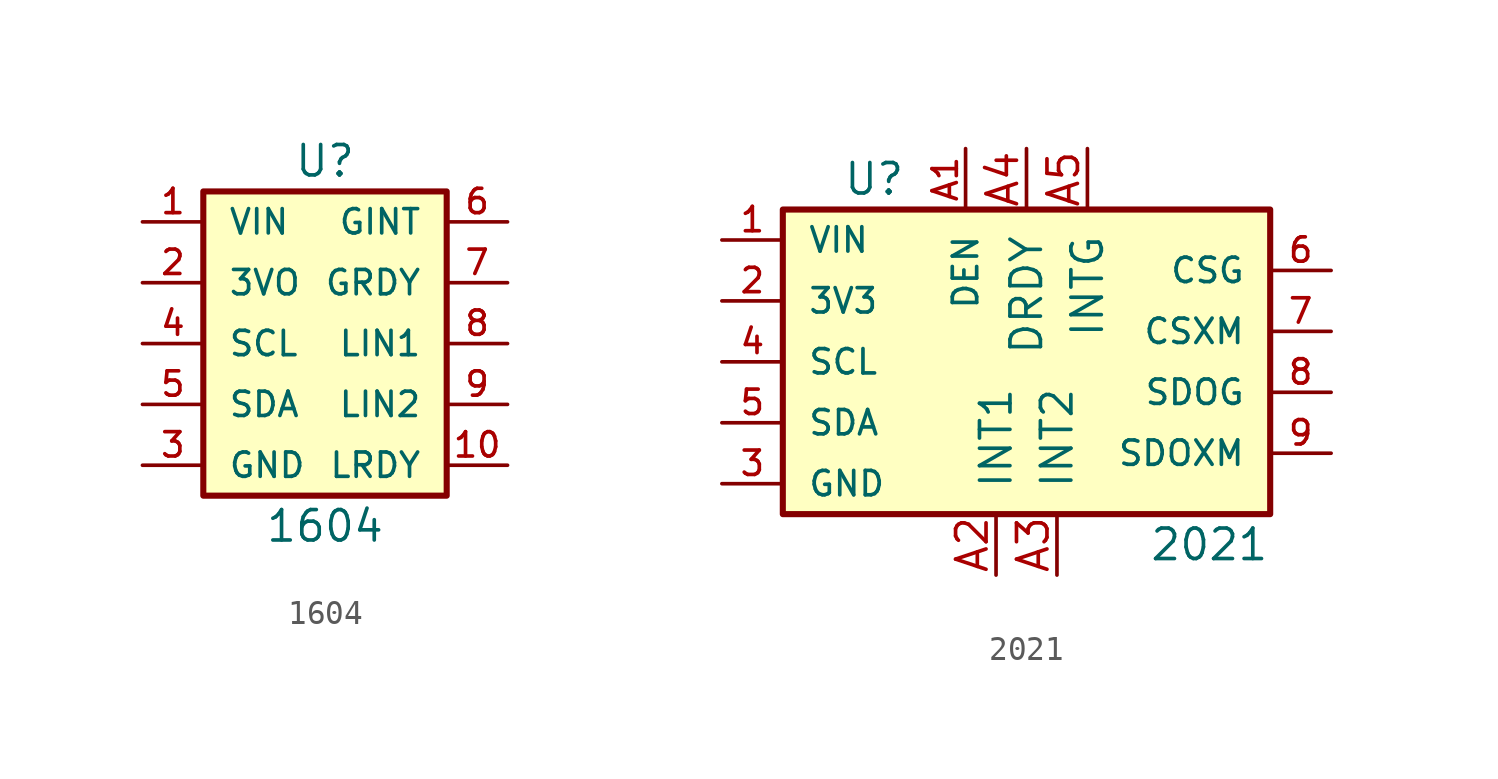
<source format=kicad_sym>
(kicad_symbol_lib
  (version 20220914)
  (generator kicad_symbol_editor)
  (symbol "1604"
    (pin_names
      (offset 1.016))
    (property "Reference" "U"
      (at 0 7.62 0)
      (effects (font (size 1.27 1.27))))
    (property "Value" "1604"
      (at 0 -7.62 0)
      (effects (font (size 1.27 1.27))))
    (symbol "1604_0_0"
      (rectangle (start -5.08 6.35) (end 5.08 -6.35) (stroke (width 0.254) (type default)) (fill (type background)))
      (pin power_in line (at -7.62 5.08 0) (length 2.54) (name "VIN" (effects (font (size 1.016 1.016)))) (number "1" (effects (font (size 1.016 1.016)))))
      (pin output line (at 7.62 -5.08 180) (length 2.54) (name "LRDY" (effects (font (size 1.016 1.016)))) (number "10" (effects (font (size 1.016 1.016)))))
      (pin power_in line (at -7.62 2.54 0) (length 2.54) (name "3VO" (effects (font (size 1.016 1.016)))) (number "2" (effects (font (size 1.016 1.016)))))
      (pin power_in line (at -7.62 -5.08 0) (length 2.54) (name "GND" (effects (font (size 1.016 1.016)))) (number "3" (effects (font (size 1.016 1.016)))))
      (pin bidirectional line (at -7.62 0 0) (length 2.54) (name "SCL" (effects (font (size 1.016 1.016)))) (number "4" (effects (font (size 1.016 1.016)))))
      (pin bidirectional line (at -7.62 -2.54 0) (length 2.54) (name "SDA" (effects (font (size 1.016 1.016)))) (number "5" (effects (font (size 1.016 1.016)))))
      (pin output line (at 7.62 5.08 180) (length 2.54) (name "GINT" (effects (font (size 1.016 1.016)))) (number "6" (effects (font (size 1.016 1.016)))))
      (pin output line (at 7.62 2.54 180) (length 2.54) (name "GRDY" (effects (font (size 1.016 1.016)))) (number "7" (effects (font (size 1.016 1.016)))))
      (pin output line (at 7.62 0 180) (length 2.54) (name "LIN1" (effects (font (size 1.016 1.016)))) (number "8" (effects (font (size 1.016 1.016)))))
      (pin output line (at 7.62 -2.54 180) (length 2.54) (name "LIN2" (effects (font (size 1.016 1.016)))) (number "9" (effects (font (size 1.016 1.016)))))))
  (symbol "2021"
    (pin_names
      (offset 1.016))
    (property "Reference" "U"
      (at -6.35 7.62 0)
      (effects (font (size 1.27 1.27))))
    (property "Value" "2021"
      (at 7.62 -7.62 0)
      (effects (font (size 1.27 1.27))))
    (symbol "2021_0_0"
      (rectangle (start -10.16 6.35) (end 10.16 -6.35) (stroke (width 0.254) (type default)) (fill (type background)))
      (pin power_in line (at -12.7 5.08 0) (length 2.54) (name "VIN" (effects (font (size 1.016 1.016)))) (number "1" (effects (font (size 1.016 1.016)))))
      (pin power_in line (at -12.7 2.54 0) (length 2.54) (name "3V3" (effects (font (size 1.016 1.016)))) (number "2" (effects (font (size 1.016 1.016)))))
      (pin power_in line (at -12.7 -5.08 0) (length 2.54) (name "GND" (effects (font (size 1.016 1.016)))) (number "3" (effects (font (size 1.016 1.016)))))
      (pin bidirectional line (at -12.7 0 0) (length 2.54) (name "SCL" (effects (font (size 1.016 1.016)))) (number "4" (effects (font (size 1.016 1.016)))))
      (pin bidirectional line (at -12.7 -2.54 0) (length 2.54) (name "SDA" (effects (font (size 1.016 1.016)))) (number "5" (effects (font (size 1.016 1.016)))))
      (pin bidirectional line (at 12.7 3.81 180) (length 2.54) (name "CSG" (effects (font (size 1.016 1.016)))) (number "6" (effects (font (size 1.016 1.016)))))
      (pin bidirectional line (at 12.7 1.27 180) (length 2.54) (name "CSXM" (effects (font (size 1.016 1.016)))) (number "7" (effects (font (size 1.016 1.016)))))
      (pin bidirectional line (at 12.7 -1.27 180) (length 2.54) (name "SDOG" (effects (font (size 1.016 1.016)))) (number "8" (effects (font (size 1.016 1.016)))))
      (pin bidirectional line (at 12.7 -3.81 180) (length 2.54) (name "SDOXM" (effects (font (size 1.016 1.016)))) (number "9" (effects (font (size 1.016 1.016)))))
      (pin input line (at -2.54 8.89 270) (length 2.54) (name "DEN" (effects (font (size 1.016 1.016)))) (number "A1" (effects (font (size 1.016 1.016)))))
      (pin output line (at -1.27 -8.89 90) (length 2.54) (name "INT1" (effects (font (size 1.27 1.27)))) (number "A2" (effects (font (size 1.27 1.27)))))
      (pin output line (at 1.27 -8.89 90) (length 2.54) (name "INT2" (effects (font (size 1.27 1.27)))) (number "A3" (effects (font (size 1.27 1.27)))))
      (pin output line (at 0 8.89 270) (length 2.54) (name "DRDY" (effects (font (size 1.27 1.27)))) (number "A4" (effects (font (size 1.27 1.27)))))
      (pin output line (at 2.54 8.89 270) (length 2.54) (name "INTG" (effects (font (size 1.27 1.27)))) (number "A5" (effects (font (size 1.27 1.27))))))))
</source>
